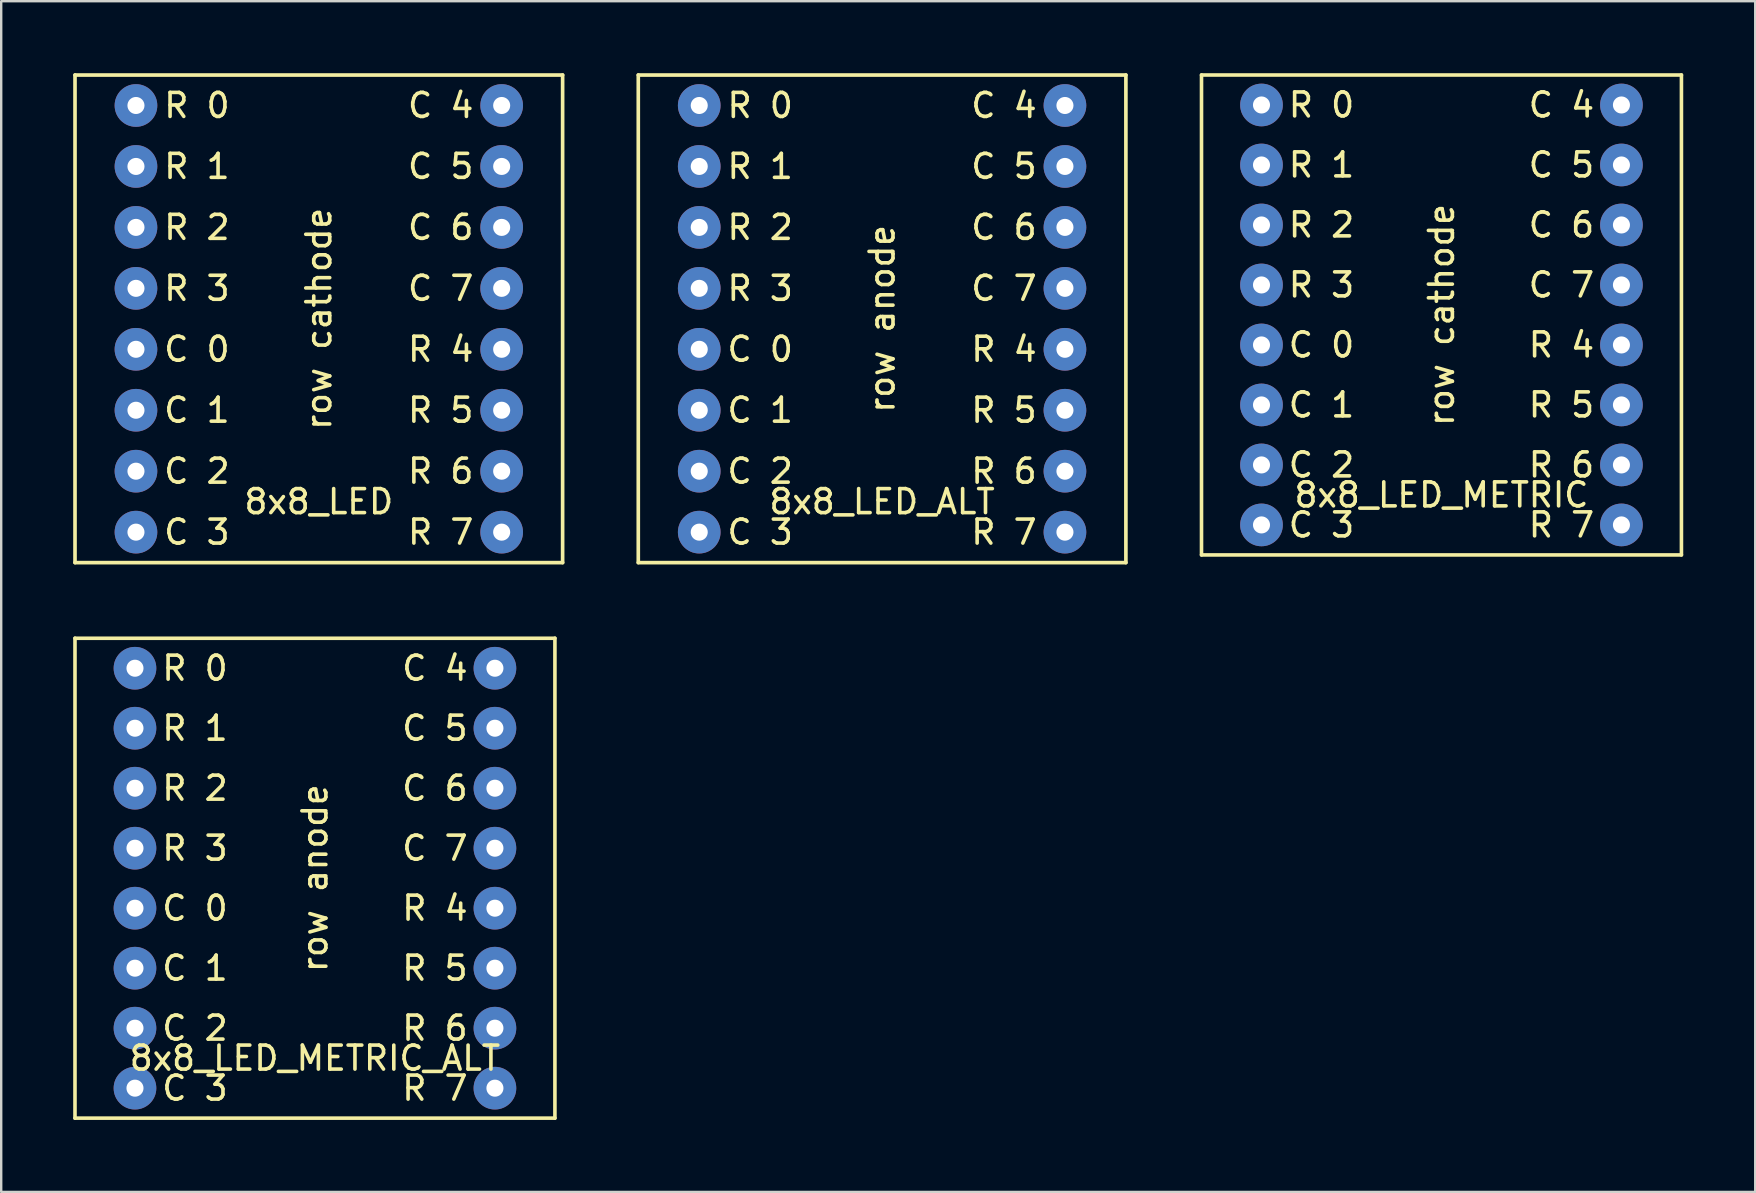
<source format=kicad_pcb>
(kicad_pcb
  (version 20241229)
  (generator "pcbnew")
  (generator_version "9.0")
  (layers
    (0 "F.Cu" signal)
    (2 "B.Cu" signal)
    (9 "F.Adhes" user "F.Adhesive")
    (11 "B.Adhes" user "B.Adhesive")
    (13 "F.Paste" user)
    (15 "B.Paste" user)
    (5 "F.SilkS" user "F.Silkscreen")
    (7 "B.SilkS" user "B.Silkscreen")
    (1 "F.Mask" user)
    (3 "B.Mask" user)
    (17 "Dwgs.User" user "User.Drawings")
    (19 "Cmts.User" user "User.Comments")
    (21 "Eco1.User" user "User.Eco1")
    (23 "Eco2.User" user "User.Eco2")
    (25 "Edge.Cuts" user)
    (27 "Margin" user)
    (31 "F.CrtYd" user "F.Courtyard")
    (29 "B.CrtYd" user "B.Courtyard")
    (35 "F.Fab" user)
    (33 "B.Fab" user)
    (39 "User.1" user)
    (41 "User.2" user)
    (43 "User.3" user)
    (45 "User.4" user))
  (footprint "8x8_LED_ALT"
    (layer "F.Cu")
    (at 33.709 10.236)
    (property "Reference" "8x8_LED_ALT" (at 0 7.62 0) (layer "F.SilkS") (effects (font (size 1 1) (thickness 0.15))))
    (attr through_hole)
    (fp_line (start -10.16 -10.16) (end 10.16 -10.16) (stroke (width 0.152) (type solid)) (layer "F.SilkS"))
    (fp_line (start -10.16 10.16) (end -10.16 -10.16) (stroke (width 0.152) (type solid)) (layer "F.SilkS"))
    (fp_line (start 10.16 -10.16) (end 10.16 10.16) (stroke (width 0.152) (type solid)) (layer "F.SilkS"))
    (fp_line (start 10.16 10.16) (end -10.16 10.16) (stroke (width 0.152) (type solid)) (layer "F.SilkS"))
    (fp_text user "R 2" (at -5.08 -3.81 0) (layer "F.SilkS") (effects (font (size 1 1) (thickness 0.15))))
    (fp_text user "R 3" (at -5.08 -1.27 0) (layer "F.SilkS") (effects (font (size 1 1) (thickness 0.15))))
    (fp_text user "R 7" (at 5.08 8.89 0) (layer "F.SilkS") (effects (font (size 1 1) (thickness 0.15))))
    (fp_text user "R 0" (at -5.08 -8.89 0) (layer "F.SilkS") (effects (font (size 1 1) (thickness 0.15))))
    (fp_text user "C 5" (at 5.08 -6.35 0) (layer "F.SilkS") (effects (font (size 1 1) (thickness 0.15))))
    (fp_text user "R 6" (at 5.08 6.35 0) (layer "F.SilkS") (effects (font (size 1 1) (thickness 0.15))))
    (fp_text user "C 4" (at 5.08 -8.89 0) (layer "F.SilkS") (effects (font (size 1 1) (thickness 0.15))))
    (fp_text user "C 3" (at -5.08 8.89 0) (layer "F.SilkS") (effects (font (size 1 1) (thickness 0.15))))
    (fp_text user "C 6" (at 5.08 -3.81 0) (layer "F.SilkS") (effects (font (size 1 1) (thickness 0.15))))
    (fp_text user "C 2" (at -5.08 6.35 0) (layer "F.SilkS") (effects (font (size 1 1) (thickness 0.15))))
    (fp_text user "C 0" (at -5.08 1.27 0) (layer "F.SilkS") (effects (font (size 1 1) (thickness 0.15))))
    (fp_text user "R 5" (at 5.08 3.81 0) (layer "F.SilkS") (effects (font (size 1 1) (thickness 0.15))))
    (fp_text user "row anode" (at 0 0 90) (layer "F.SilkS") (effects (font (size 1 1) (thickness 0.15))))
    (fp_text user "C 1" (at -5.08 3.81 0) (layer "F.SilkS") (effects (font (size 1 1) (thickness 0.15))))
    (fp_text user "R 4" (at 5.08 1.27 0) (layer "F.SilkS") (effects (font (size 1 1) (thickness 0.15))))
    (fp_text user "C 7" (at 5.08 -1.27 0) (layer "F.SilkS") (effects (font (size 1 1) (thickness 0.15))))
    (fp_text user "R 1" (at -5.08 -6.35 0) (layer "F.SilkS") (effects (font (size 1 1) (thickness 0.15))))
    (pad "1" thru_hole circle (at -7.62 -8.89) (size 1.778 1.778) (drill 0.711) (layers "*.Cu" "*.Mask"))
    (pad "2" thru_hole circle (at -7.62 -6.35) (size 1.778 1.778) (drill 0.711) (layers "*.Cu" "*.Mask"))
    (pad "3" thru_hole circle (at -7.62 -3.81) (size 1.778 1.778) (drill 0.711) (layers "*.Cu" "*.Mask"))
    (pad "4" thru_hole circle (at -7.62 -1.27) (size 1.778 1.778) (drill 0.711) (layers "*.Cu" "*.Mask"))
    (pad "5" thru_hole circle (at -7.62 1.27) (size 1.778 1.778) (drill 0.711) (layers "*.Cu" "*.Mask"))
    (pad "6" thru_hole circle (at -7.62 3.81) (size 1.778 1.778) (drill 0.711) (layers "*.Cu" "*.Mask"))
    (pad "7" thru_hole circle (at -7.62 6.35) (size 1.778 1.778) (drill 0.711) (layers "*.Cu" "*.Mask"))
    (pad "8" thru_hole circle (at -7.62 8.89) (size 1.778 1.778) (drill 0.711) (layers "*.Cu" "*.Mask"))
    (pad "9" thru_hole circle (at 7.62 8.89) (size 1.778 1.778) (drill 0.711) (layers "*.Cu" "*.Mask"))
    (pad "10" thru_hole circle (at 7.62 6.35) (size 1.778 1.778) (drill 0.711) (layers "*.Cu" "*.Mask"))
    (pad "11" thru_hole circle (at 7.62 3.81) (size 1.778 1.778) (drill 0.711) (layers "*.Cu" "*.Mask"))
    (pad "12" thru_hole circle (at 7.62 1.27) (size 1.778 1.778) (drill 0.711) (layers "*.Cu" "*.Mask"))
    (pad "13" thru_hole circle (at 7.62 -1.27) (size 1.778 1.778) (drill 0.711) (layers "*.Cu" "*.Mask"))
    (pad "14" thru_hole circle (at 7.62 -3.81) (size 1.778 1.778) (drill 0.711) (layers "*.Cu" "*.Mask"))
    (pad "15" thru_hole circle (at 7.62 -6.35) (size 1.778 1.778) (drill 0.711) (layers "*.Cu" "*.Mask"))
    (pad "16" thru_hole circle (at 7.62 -8.89) (size 1.778 1.778) (drill 0.711) (layers "*.Cu" "*.Mask")))
  (footprint "8x8_LED"
    (layer "F.Cu")
    (at 10.236 10.236)
    (property "Reference" "8x8_LED" (at 0 7.62 0) (layer "F.SilkS") (effects (font (size 1 1) (thickness 0.15))))
    (attr through_hole)
    (fp_line (start -10.16 -10.16) (end 10.16 -10.16) (stroke (width 0.152) (type solid)) (layer "F.SilkS"))
    (fp_line (start -10.16 10.16) (end -10.16 -10.16) (stroke (width 0.152) (type solid)) (layer "F.SilkS"))
    (fp_line (start 10.16 -10.16) (end 10.16 10.16) (stroke (width 0.152) (type solid)) (layer "F.SilkS"))
    (fp_line (start 10.16 10.16) (end -10.16 10.16) (stroke (width 0.152) (type solid)) (layer "F.SilkS"))
    (fp_text user "C 5" (at 5.08 -6.35 0) (layer "F.SilkS") (effects (font (size 1 1) (thickness 0.15))))
    (fp_text user "R 6" (at 5.08 6.35 0) (layer "F.SilkS") (effects (font (size 1 1) (thickness 0.15))))
    (fp_text user "row cathode" (at 0 0 90) (layer "F.SilkS") (effects (font (size 1 1) (thickness 0.15))))
    (fp_text user "C 0" (at -5.08 1.27 0) (layer "F.SilkS") (effects (font (size 1 1) (thickness 0.15))))
    (fp_text user "R 1" (at -5.08 -6.35 0) (layer "F.SilkS") (effects (font (size 1 1) (thickness 0.15))))
    (fp_text user "C 6" (at 5.08 -3.81 0) (layer "F.SilkS") (effects (font (size 1 1) (thickness 0.15))))
    (fp_text user "R 4" (at 5.08 1.27 0) (layer "F.SilkS") (effects (font (size 1 1) (thickness 0.15))))
    (fp_text user "R 7" (at 5.08 8.89 0) (layer "F.SilkS") (effects (font (size 1 1) (thickness 0.15))))
    (fp_text user "C 3" (at -5.08 8.89 0) (layer "F.SilkS") (effects (font (size 1 1) (thickness 0.15))))
    (fp_text user "R 2" (at -5.08 -3.81 0) (layer "F.SilkS") (effects (font (size 1 1) (thickness 0.15))))
    (fp_text user "C 2" (at -5.08 6.35 0) (layer "F.SilkS") (effects (font (size 1 1) (thickness 0.15))))
    (fp_text user "R 5" (at 5.08 3.81 0) (layer "F.SilkS") (effects (font (size 1 1) (thickness 0.15))))
    (fp_text user "R 0" (at -5.08 -8.89 0) (layer "F.SilkS") (effects (font (size 1 1) (thickness 0.15))))
    (fp_text user "R 3" (at -5.08 -1.27 0) (layer "F.SilkS") (effects (font (size 1 1) (thickness 0.15))))
    (fp_text user "C 1" (at -5.08 3.81 0) (layer "F.SilkS") (effects (font (size 1 1) (thickness 0.15))))
    (fp_text user "C 7" (at 5.08 -1.27 0) (layer "F.SilkS") (effects (font (size 1 1) (thickness 0.15))))
    (fp_text user "C 4" (at 5.08 -8.89 0) (layer "F.SilkS") (effects (font (size 1 1) (thickness 0.15))))
    (pad "1" thru_hole circle (at -7.62 -8.89) (size 1.778 1.778) (drill 0.711) (layers "*.Cu" "*.Mask"))
    (pad "2" thru_hole circle (at -7.62 -6.35) (size 1.778 1.778) (drill 0.711) (layers "*.Cu" "*.Mask"))
    (pad "3" thru_hole circle (at -7.62 -3.81) (size 1.778 1.778) (drill 0.711) (layers "*.Cu" "*.Mask"))
    (pad "4" thru_hole circle (at -7.62 -1.27) (size 1.778 1.778) (drill 0.711) (layers "*.Cu" "*.Mask"))
    (pad "5" thru_hole circle (at -7.62 1.27) (size 1.778 1.778) (drill 0.711) (layers "*.Cu" "*.Mask"))
    (pad "6" thru_hole circle (at -7.62 3.81) (size 1.778 1.778) (drill 0.711) (layers "*.Cu" "*.Mask"))
    (pad "7" thru_hole circle (at -7.62 6.35) (size 1.778 1.778) (drill 0.711) (layers "*.Cu" "*.Mask"))
    (pad "8" thru_hole circle (at -7.62 8.89) (size 1.778 1.778) (drill 0.711) (layers "*.Cu" "*.Mask"))
    (pad "9" thru_hole circle (at 7.62 8.89) (size 1.778 1.778) (drill 0.711) (layers "*.Cu" "*.Mask"))
    (pad "10" thru_hole circle (at 7.62 6.35) (size 1.778 1.778) (drill 0.711) (layers "*.Cu" "*.Mask"))
    (pad "11" thru_hole circle (at 7.62 3.81) (size 1.778 1.778) (drill 0.711) (layers "*.Cu" "*.Mask"))
    (pad "12" thru_hole circle (at 7.62 1.27) (size 1.778 1.778) (drill 0.711) (layers "*.Cu" "*.Mask"))
    (pad "13" thru_hole circle (at 7.62 -1.27) (size 1.778 1.778) (drill 0.711) (layers "*.Cu" "*.Mask"))
    (pad "14" thru_hole circle (at 7.62 -3.81) (size 1.778 1.778) (drill 0.711) (layers "*.Cu" "*.Mask"))
    (pad "15" thru_hole circle (at 7.62 -6.35) (size 1.778 1.778) (drill 0.711) (layers "*.Cu" "*.Mask"))
    (pad "16" thru_hole circle (at 7.62 -8.89) (size 1.778 1.778) (drill 0.711) (layers "*.Cu" "*.Mask")))
  (footprint "8x8_LED_METRIC_ALT"
    (layer "F.Cu")
    (at 10.075 33.547)
    (property "Reference" "8x8_LED_METRIC_ALT" (at 0 7.5 0) (layer "F.SilkS") (effects (font (size 1 1) (thickness 0.15))))
    (attr through_hole)
    (fp_line (start -10 -10) (end 10 -10) (stroke (width 0.15) (type solid)) (layer "F.SilkS"))
    (fp_line (start -10 10) (end -10 -10) (stroke (width 0.15) (type solid)) (layer "F.SilkS"))
    (fp_line (start 10 -10) (end 10 10) (stroke (width 0.15) (type solid)) (layer "F.SilkS"))
    (fp_line (start 10 10) (end -10 10) (stroke (width 0.15) (type solid)) (layer "F.SilkS"))
    (fp_text user "R 4" (at 5 1.25 0) (layer "F.SilkS") (effects (font (size 1 1) (thickness 0.15))))
    (fp_text user "C 2" (at -5 6.25 0) (layer "F.SilkS") (effects (font (size 1 1) (thickness 0.15))))
    (fp_text user "R 1" (at -5 -6.25 0) (layer "F.SilkS") (effects (font (size 1 1) (thickness 0.15))))
    (fp_text user "R 3" (at -5 -1.25 0) (layer "F.SilkS") (effects (font (size 1 1) (thickness 0.15))))
    (fp_text user "R 0" (at -5 -8.75 0) (layer "F.SilkS") (effects (font (size 1 1) (thickness 0.15))))
    (fp_text user "C 0" (at -5 1.25 0) (layer "F.SilkS") (effects (font (size 1 1) (thickness 0.15))))
    (fp_text user "C 4" (at 5 -8.75 0) (layer "F.SilkS") (effects (font (size 1 1) (thickness 0.15))))
    (fp_text user "row anode" (at 0 0 90) (layer "F.SilkS") (effects (font (size 1 1) (thickness 0.15))))
    (fp_text user "R 2" (at -5 -3.75 0) (layer "F.SilkS") (effects (font (size 1 1) (thickness 0.15))))
    (fp_text user "C 6" (at 5 -3.75 0) (layer "F.SilkS") (effects (font (size 1 1) (thickness 0.15))))
    (fp_text user "C 5" (at 5 -6.25 0) (layer "F.SilkS") (effects (font (size 1 1) (thickness 0.15))))
    (fp_text user "C 7" (at 5 -1.25 0) (layer "F.SilkS") (effects (font (size 1 1) (thickness 0.15))))
    (fp_text user "R 5" (at 5 3.75 0) (layer "F.SilkS") (effects (font (size 1 1) (thickness 0.15))))
    (fp_text user "C 3" (at -5 8.75 0) (layer "F.SilkS") (effects (font (size 1 1) (thickness 0.15))))
    (fp_text user "C 1" (at -5 3.75 0) (layer "F.SilkS") (effects (font (size 1 1) (thickness 0.15))))
    (fp_text user "R 6" (at 5 6.25 0) (layer "F.SilkS") (effects (font (size 1 1) (thickness 0.15))))
    (fp_text user "R 7" (at 5 8.75 0) (layer "F.SilkS") (effects (font (size 1 1) (thickness 0.15))))
    (pad "1" thru_hole circle (at -7.5 -8.75) (size 1.778 1.778) (drill 0.711) (layers "*.Cu" "*.Mask"))
    (pad "2" thru_hole circle (at -7.5 -6.25) (size 1.778 1.778) (drill 0.711) (layers "*.Cu" "*.Mask"))
    (pad "3" thru_hole circle (at -7.5 -3.75) (size 1.778 1.778) (drill 0.711) (layers "*.Cu" "*.Mask"))
    (pad "4" thru_hole circle (at -7.5 -1.25) (size 1.778 1.778) (drill 0.711) (layers "*.Cu" "*.Mask"))
    (pad "5" thru_hole circle (at -7.5 1.25) (size 1.778 1.778) (drill 0.711) (layers "*.Cu" "*.Mask"))
    (pad "6" thru_hole circle (at -7.5 3.75) (size 1.778 1.778) (drill 0.711) (layers "*.Cu" "*.Mask"))
    (pad "7" thru_hole circle (at -7.5 6.25) (size 1.778 1.778) (drill 0.711) (layers "*.Cu" "*.Mask"))
    (pad "8" thru_hole circle (at -7.5 8.75) (size 1.778 1.778) (drill 0.711) (layers "*.Cu" "*.Mask"))
    (pad "9" thru_hole circle (at 7.5 8.75) (size 1.778 1.778) (drill 0.711) (layers "*.Cu" "*.Mask"))
    (pad "10" thru_hole circle (at 7.5 6.25) (size 1.778 1.778) (drill 0.711) (layers "*.Cu" "*.Mask"))
    (pad "11" thru_hole circle (at 7.5 3.75) (size 1.778 1.778) (drill 0.711) (layers "*.Cu" "*.Mask"))
    (pad "12" thru_hole circle (at 7.5 1.25) (size 1.778 1.778) (drill 0.711) (layers "*.Cu" "*.Mask"))
    (pad "13" thru_hole circle (at 7.5 -1.25) (size 1.778 1.778) (drill 0.711) (layers "*.Cu" "*.Mask"))
    (pad "14" thru_hole circle (at 7.5 -3.75) (size 1.778 1.778) (drill 0.711) (layers "*.Cu" "*.Mask"))
    (pad "15" thru_hole circle (at 7.5 -6.25) (size 1.778 1.778) (drill 0.711) (layers "*.Cu" "*.Mask"))
    (pad "16" thru_hole circle (at 7.5 -8.75) (size 1.778 1.778) (drill 0.711) (layers "*.Cu" "*.Mask")))
  (footprint "8x8_LED_METRIC"
    (layer "F.Cu")
    (at 57.02 10.075)
    (property "Reference" "8x8_LED_METRIC" (at 0 7.5 0) (layer "F.SilkS") (effects (font (size 1 1) (thickness 0.15))))
    (attr through_hole)
    (fp_line (start -10 -10) (end 10 -10) (stroke (width 0.15) (type solid)) (layer "F.SilkS"))
    (fp_line (start -10 10) (end -10 -10) (stroke (width 0.15) (type solid)) (layer "F.SilkS"))
    (fp_line (start 10 -10) (end 10 10) (stroke (width 0.15) (type solid)) (layer "F.SilkS"))
    (fp_line (start 10 10) (end -10 10) (stroke (width 0.15) (type solid)) (layer "F.SilkS"))
    (fp_text user "C 7" (at 5 -1.25 0) (layer "F.SilkS") (effects (font (size 1 1) (thickness 0.15))))
    (fp_text user "R 0" (at -5 -8.75 0) (layer "F.SilkS") (effects (font (size 1 1) (thickness 0.15))))
    (fp_text user "R 5" (at 5 3.75 0) (layer "F.SilkS") (effects (font (size 1 1) (thickness 0.15))))
    (fp_text user "C 5" (at 5 -6.25 0) (layer "F.SilkS") (effects (font (size 1 1) (thickness 0.15))))
    (fp_text user "C 4" (at 5 -8.75 0) (layer "F.SilkS") (effects (font (size 1 1) (thickness 0.15))))
    (fp_text user "R 7" (at 5 8.75 0) (layer "F.SilkS") (effects (font (size 1 1) (thickness 0.15))))
    (fp_text user "C 1" (at -5 3.75 0) (layer "F.SilkS") (effects (font (size 1 1) (thickness 0.15))))
    (fp_text user "C 0" (at -5 1.25 0) (layer "F.SilkS") (effects (font (size 1 1) (thickness 0.15))))
    (fp_text user "R 3" (at -5 -1.25 0) (layer "F.SilkS") (effects (font (size 1 1) (thickness 0.15))))
    (fp_text user "C 2" (at -5 6.25 0) (layer "F.SilkS") (effects (font (size 1 1) (thickness 0.15))))
    (fp_text user "R 2" (at -5 -3.75 0) (layer "F.SilkS") (effects (font (size 1 1) (thickness 0.15))))
    (fp_text user "row cathode" (at 0 0 90) (layer "F.SilkS") (effects (font (size 1 1) (thickness 0.15))))
    (fp_text user "R 1" (at -5 -6.25 0) (layer "F.SilkS") (effects (font (size 1 1) (thickness 0.15))))
    (fp_text user "C 3" (at -5 8.75 0) (layer "F.SilkS") (effects (font (size 1 1) (thickness 0.15))))
    (fp_text user "C 6" (at 5 -3.75 0) (layer "F.SilkS") (effects (font (size 1 1) (thickness 0.15))))
    (fp_text user "R 4" (at 5 1.25 0) (layer "F.SilkS") (effects (font (size 1 1) (thickness 0.15))))
    (fp_text user "R 6" (at 5 6.25 0) (layer "F.SilkS") (effects (font (size 1 1) (thickness 0.15))))
    (pad "1" thru_hole circle (at -7.5 -8.75) (size 1.778 1.778) (drill 0.711) (layers "*.Cu" "*.Mask"))
    (pad "2" thru_hole circle (at -7.5 -6.25) (size 1.778 1.778) (drill 0.711) (layers "*.Cu" "*.Mask"))
    (pad "3" thru_hole circle (at -7.5 -3.75) (size 1.778 1.778) (drill 0.711) (layers "*.Cu" "*.Mask"))
    (pad "4" thru_hole circle (at -7.5 -1.25) (size 1.778 1.778) (drill 0.711) (layers "*.Cu" "*.Mask"))
    (pad "5" thru_hole circle (at -7.5 1.25) (size 1.778 1.778) (drill 0.711) (layers "*.Cu" "*.Mask"))
    (pad "6" thru_hole circle (at -7.5 3.75) (size 1.778 1.778) (drill 0.711) (layers "*.Cu" "*.Mask"))
    (pad "7" thru_hole circle (at -7.5 6.25) (size 1.778 1.778) (drill 0.711) (layers "*.Cu" "*.Mask"))
    (pad "8" thru_hole circle (at -7.5 8.75) (size 1.778 1.778) (drill 0.711) (layers "*.Cu" "*.Mask"))
    (pad "9" thru_hole circle (at 7.5 8.75) (size 1.778 1.778) (drill 0.711) (layers "*.Cu" "*.Mask"))
    (pad "10" thru_hole circle (at 7.5 6.25) (size 1.778 1.778) (drill 0.711) (layers "*.Cu" "*.Mask"))
    (pad "11" thru_hole circle (at 7.5 3.75) (size 1.778 1.778) (drill 0.711) (layers "*.Cu" "*.Mask"))
    (pad "12" thru_hole circle (at 7.5 1.25) (size 1.778 1.778) (drill 0.711) (layers "*.Cu" "*.Mask"))
    (pad "13" thru_hole circle (at 7.5 -1.25) (size 1.778 1.778) (drill 0.711) (layers "*.Cu" "*.Mask"))
    (pad "14" thru_hole circle (at 7.5 -3.75) (size 1.778 1.778) (drill 0.711) (layers "*.Cu" "*.Mask"))
    (pad "15" thru_hole circle (at 7.5 -6.25) (size 1.778 1.778) (drill 0.711) (layers "*.Cu" "*.Mask"))
    (pad "16" thru_hole circle (at 7.5 -8.75) (size 1.778 1.778) (drill 0.711) (layers "*.Cu" "*.Mask")))
  (gr_rect
    (start -3 -3)
    (end 70.095 46.622)
    (stroke (width 0.1) (type default))
    (fill no)
    (layer "Edge.Cuts")))
</source>
